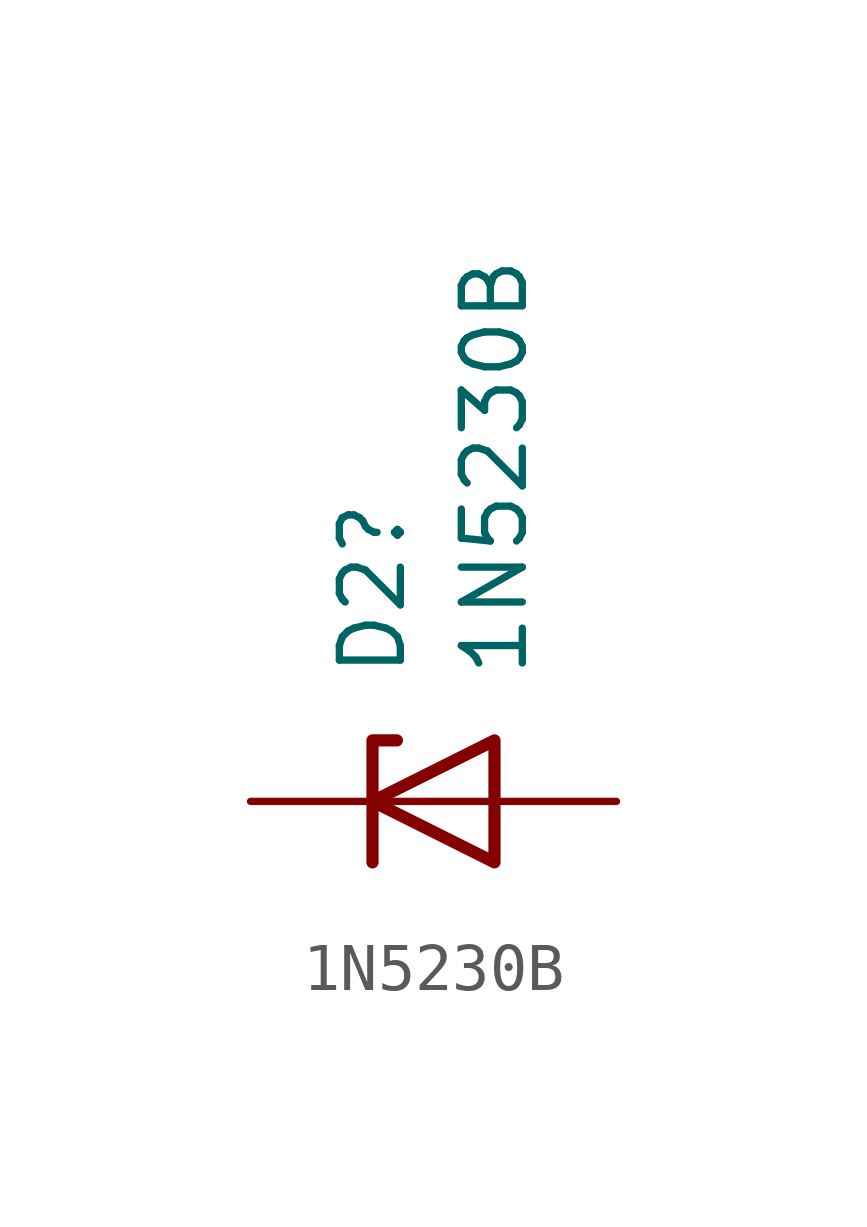
<source format=kicad_sym>
(kicad_symbol_lib
  (version 20231120)
  (generator "kicad_symbol_editor")
  (generator_version "8.0")
  (symbol "1N5230B"
    (pin_numbers hide)
    (pin_names hide)
    (property "Reference" "D2"
      (at -1.27 2.54 90)
      (effects (font (size 1.27 1.27)) (justify left)))
    (property "Value" "1N5230B"
      (at 1.27 2.54 90)
      (effects (font (size 1.27 1.27)) (justify left)))
    (symbol "1N5230B_0_1"
      (polyline (pts (xy 1.27 0) (xy -1.27 0)) (stroke (width 0) (type default)) (fill (type none)))
      (polyline (pts (xy -1.27 -1.27) (xy -1.27 1.27) (xy -0.762 1.27)) (stroke (width 0.254) (type default)) (fill (type none)))
      (polyline (pts (xy 1.27 -1.27) (xy 1.27 1.27) (xy -1.27 0) (xy 1.27 -1.27)) (stroke (width 0.254) (type default)) (fill (type none))))
    (symbol "1N5230B_1_1"
      (pin passive line (at -3.81 0 0) (length 2.54) (name "K" (effects (font (size 1.27 1.27)))) (number "1" (effects (font (size 1.27 1.27)))))
      (pin passive line (at 3.81 0 180) (length 2.54) (name "A" (effects (font (size 1.27 1.27)))) (number "2" (effects (font (size 1.27 1.27))))))))
</source>
